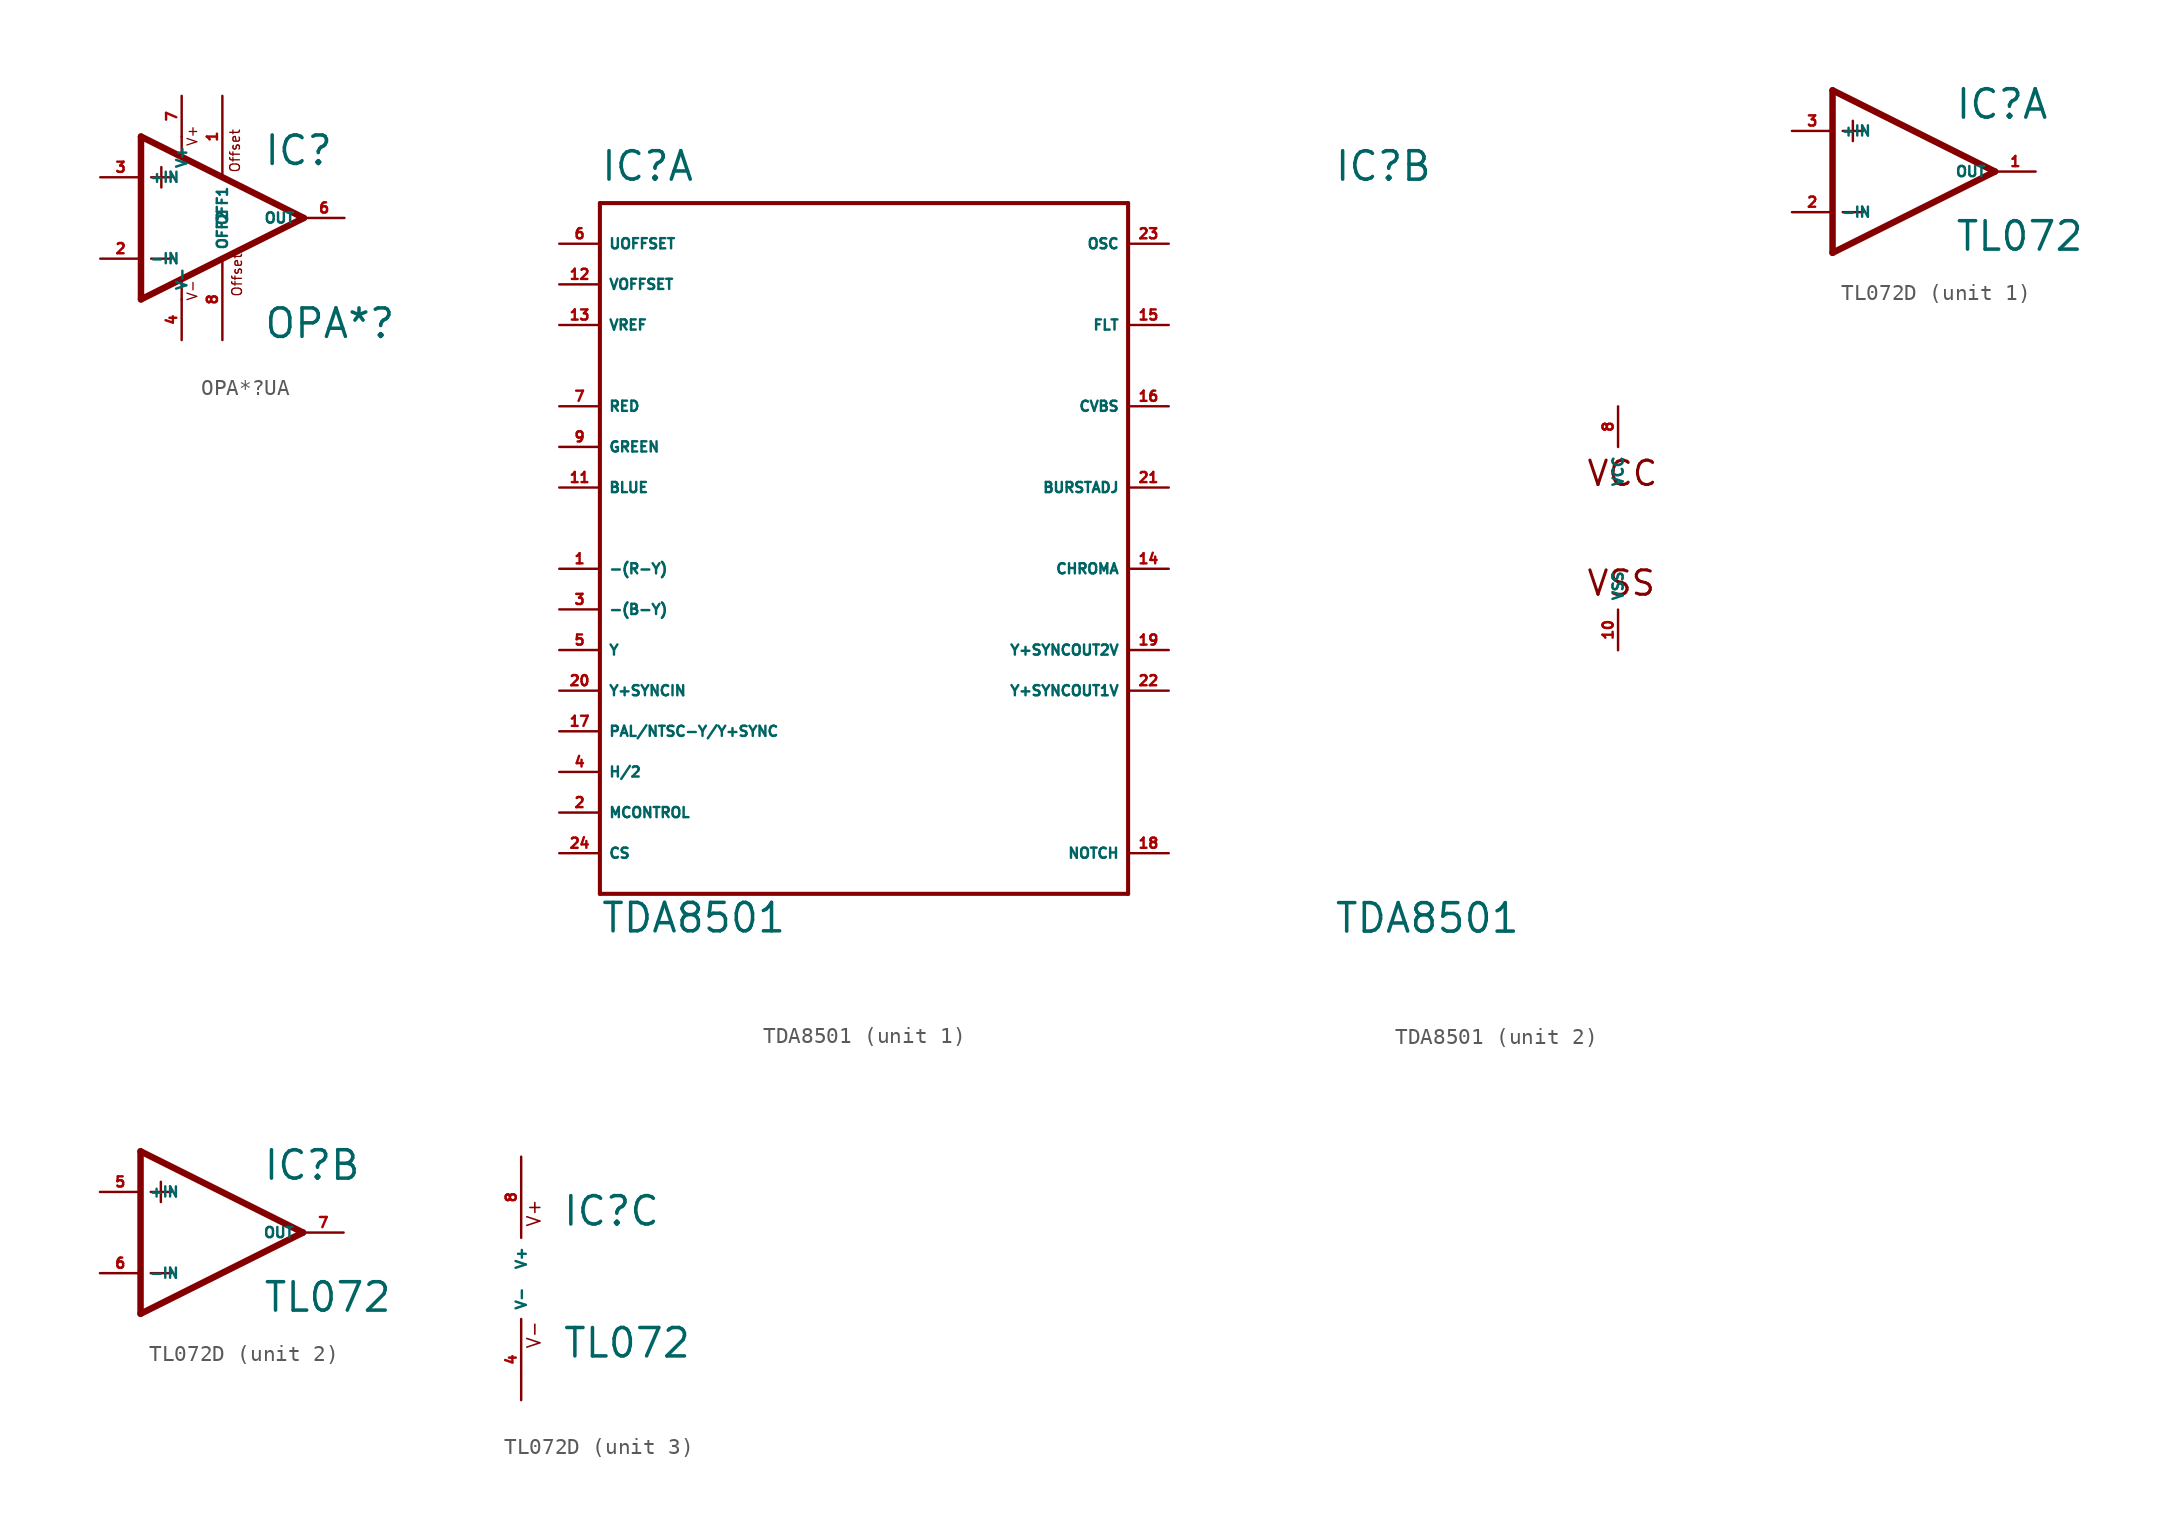
<source format=kicad_sym>
(kicad_symbol_lib
  (version 20220914)
  (generator Eagle2Kicad)
  (symbol "OPA*?UA"
    (property "Reference" "IC"
      (at 2.54 3.175 0)
      (effects (font (size 1.778 1.778) (thickness 0.22)) (justify left bottom)))
    (property "Value" "OPA*?"
      (at 2.54 -7.62 0)
      (effects (font (size 1.778 1.778) (thickness 0.22)) (justify left bottom)))
    (polyline
      (pts (xy -2.54 5.08) (xy -2.54 3.886))
      (stroke (width 0.152) (type default))
      (fill (type none)))
    (polyline
      (pts (xy -5.08 5.08) (xy -5.08 -5.08))
      (stroke (width 0.406) (type default))
      (fill (type none)))
    (polyline
      (pts (xy -5.08 -5.08) (xy 5.08 0))
      (stroke (width 0.406) (type default))
      (fill (type none)))
    (polyline
      (pts (xy 5.08 0) (xy -5.08 5.08))
      (stroke (width 0.406) (type default))
      (fill (type none)))
    (polyline
      (pts (xy -3.81 3.175) (xy -3.81 1.905))
      (stroke (width 0.152) (type default))
      (fill (type none)))
    (polyline
      (pts (xy -4.445 2.54) (xy -3.175 2.54))
      (stroke (width 0.152) (type default))
      (fill (type none)))
    (polyline
      (pts (xy -4.445 -2.54) (xy -3.175 -2.54))
      (stroke (width 0.152) (type default))
      (fill (type none)))
    (polyline
      (pts (xy -2.54 -3.886) (xy -2.54 -5.08))
      (stroke (width 0.152) (type default))
      (fill (type none)))
    (text "Offset"
      (at 1.27 -4.953 900)
      (effects (font (size 0.61 0.61) (thickness 0.08)) (justify left bottom)))
    (text "Offset"
      (at 1.143 2.794 900)
      (effects (font (size 0.61 0.61) (thickness 0.08)) (justify left bottom)))
    (text "V+"
      (at -1.524 4.445 900)
      (effects (font (size 0.61 0.61) (thickness 0.08)) (justify left bottom)))
    (text "V-"
      (at -1.524 -5.207 900)
      (effects (font (size 0.61 0.61) (thickness 0.08)) (justify left bottom)))
    (pin passive line
      (at 0 -7.62 90)
      (length 5.08)
      (name "OFF2" (effects (font (size 0.635 0.635) (thickness 0.08)) (justify left bottom)))
      (number "8" (effects (font (size 0.635 0.635) (thickness 0.08)) (justify left bottom))))
    (pin input line
      (at -7.62 -2.54 0)
      (length 2.54)
      (name "-IN" (effects (font (size 0.635 0.635) (thickness 0.08)) (justify left bottom)))
      (number "2" (effects (font (size 0.635 0.635) (thickness 0.08)) (justify left bottom))))
    (pin input line
      (at -7.62 2.54 0)
      (length 2.54)
      (name "+IN" (effects (font (size 0.635 0.635) (thickness 0.08)) (justify left bottom)))
      (number "3" (effects (font (size 0.635 0.635) (thickness 0.08)) (justify left bottom))))
    (pin passive line
      (at 0 7.62 270)
      (length 5.08)
      (name "OFF1" (effects (font (size 0.635 0.635) (thickness 0.08)) (justify left bottom)))
      (number "1" (effects (font (size 0.635 0.635) (thickness 0.08)) (justify left bottom))))
    (pin output line
      (at 7.62 0 180)
      (length 2.54)
      (name "OUT" (effects (font (size 0.635 0.635) (thickness 0.08)) (justify left bottom)))
      (number "6" (effects (font (size 0.635 0.635) (thickness 0.08)) (justify left bottom))))
    (pin unspecified line
      (at -2.54 7.62 270)
      (length 2.54)
      (name "V+" (effects (font (size 0.635 0.635) (thickness 0.08)) (justify left bottom)))
      (number "7" (effects (font (size 0.635 0.635) (thickness 0.08)) (justify left bottom))))
    (pin unspecified line
      (at -2.54 -7.62 90)
      (length 2.54)
      (name "V-" (effects (font (size 0.635 0.635) (thickness 0.08)) (justify left bottom)))
      (number "4" (effects (font (size 0.635 0.635) (thickness 0.08)) (justify left bottom)))))
  (symbol "TDA8501"
    (property "Reference" "IC"
      (at -17.78 21.59 0)
      (effects (font (size 1.778 1.778) (thickness 0.22)) (justify left bottom)))
    (property "Value" "TDA8501"
      (at -17.78 -25.4 0)
      (effects (font (size 1.778 1.778) (thickness 0.22)) (justify left bottom)))
    (symbol "TDA8501_1_0"
      (polyline (pts (xy -17.78 20.32) (xy 15.24 20.32)) (stroke (width 0.254) (type default)) (fill (type none)))
      (polyline (pts (xy 15.24 20.32) (xy 15.24 -22.86)) (stroke (width 0.254) (type default)) (fill (type none)))
      (polyline (pts (xy 15.24 -22.86) (xy -17.78 -22.86)) (stroke (width 0.254) (type default)) (fill (type none)))
      (polyline (pts (xy -17.78 -22.86) (xy -17.78 20.32)) (stroke (width 0.254) (type default)) (fill (type none)))
      (pin input line (at -20.32 -2.54 0) (length 2.54) (name "-(R-Y)" (effects (font (size 0.635 0.635) (thickness 0.08)) (justify left bottom))) (number "1" (effects (font (size 0.635 0.635) (thickness 0.08)) (justify left bottom))))
      (pin input line (at -20.32 -17.78 0) (length 2.54) (name "MCONTROL" (effects (font (size 0.635 0.635) (thickness 0.08)) (justify left bottom))) (number "2" (effects (font (size 0.635 0.635) (thickness 0.08)) (justify left bottom))))
      (pin input line (at -20.32 -5.08 0) (length 2.54) (name "-(B-Y)" (effects (font (size 0.635 0.635) (thickness 0.08)) (justify left bottom))) (number "3" (effects (font (size 0.635 0.635) (thickness 0.08)) (justify left bottom))))
      (pin input line (at -20.32 -15.24 0) (length 2.54) (name "H/2" (effects (font (size 0.635 0.635) (thickness 0.08)) (justify left bottom))) (number "4" (effects (font (size 0.635 0.635) (thickness 0.08)) (justify left bottom))))
      (pin input line (at -20.32 -7.62 0) (length 2.54) (name "Y" (effects (font (size 0.635 0.635) (thickness 0.08)) (justify left bottom))) (number "5" (effects (font (size 0.635 0.635) (thickness 0.08)) (justify left bottom))))
      (pin passive line (at -20.32 17.78 0) (length 2.54) (name "UOFFSET" (effects (font (size 0.635 0.635) (thickness 0.08)) (justify left bottom))) (number "6" (effects (font (size 0.635 0.635) (thickness 0.08)) (justify left bottom))))
      (pin input line (at -20.32 7.62 0) (length 2.54) (name "RED" (effects (font (size 0.635 0.635) (thickness 0.08)) (justify left bottom))) (number "7" (effects (font (size 0.635 0.635) (thickness 0.08)) (justify left bottom))))
      (pin input line (at -20.32 5.08 0) (length 2.54) (name "GREEN" (effects (font (size 0.635 0.635) (thickness 0.08)) (justify left bottom))) (number "9" (effects (font (size 0.635 0.635) (thickness 0.08)) (justify left bottom))))
      (pin input line (at -20.32 2.54 0) (length 2.54) (name "BLUE" (effects (font (size 0.635 0.635) (thickness 0.08)) (justify left bottom))) (number "11" (effects (font (size 0.635 0.635) (thickness 0.08)) (justify left bottom))))
      (pin passive line (at -20.32 15.24 0) (length 2.54) (name "VOFFSET" (effects (font (size 0.635 0.635) (thickness 0.08)) (justify left bottom))) (number "12" (effects (font (size 0.635 0.635) (thickness 0.08)) (justify left bottom))))
      (pin passive line (at -20.32 12.7 0) (length 2.54) (name "VREF" (effects (font (size 0.635 0.635) (thickness 0.08)) (justify left bottom))) (number "13" (effects (font (size 0.635 0.635) (thickness 0.08)) (justify left bottom))))
      (pin output line (at 17.78 -2.54 180) (length 2.54) (name "CHROMA" (effects (font (size 0.635 0.635) (thickness 0.08)) (justify left bottom))) (number "14" (effects (font (size 0.635 0.635) (thickness 0.08)) (justify left bottom))))
      (pin passive line (at 17.78 12.7 180) (length 2.54) (name "FLT" (effects (font (size 0.635 0.635) (thickness 0.08)) (justify left bottom))) (number "15" (effects (font (size 0.635 0.635) (thickness 0.08)) (justify left bottom))))
      (pin output line (at 17.78 7.62 180) (length 2.54) (name "CVBS" (effects (font (size 0.635 0.635) (thickness 0.08)) (justify left bottom))) (number "16" (effects (font (size 0.635 0.635) (thickness 0.08)) (justify left bottom))))
      (pin passive line (at -20.32 -12.7 0) (length 2.54) (name "PAL/NTSC-Y/Y+SYNC" (effects (font (size 0.635 0.635) (thickness 0.08)) (justify left bottom))) (number "17" (effects (font (size 0.635 0.635) (thickness 0.08)) (justify left bottom))))
      (pin passive line (at 17.78 -20.32 180) (length 2.54) (name "NOTCH" (effects (font (size 0.635 0.635) (thickness 0.08)) (justify left bottom))) (number "18" (effects (font (size 0.635 0.635) (thickness 0.08)) (justify left bottom))))
      (pin output line (at 17.78 -7.62 180) (length 2.54) (name "Y+SYNCOUT2V" (effects (font (size 0.635 0.635) (thickness 0.08)) (justify left bottom))) (number "19" (effects (font (size 0.635 0.635) (thickness 0.08)) (justify left bottom))))
      (pin input line (at -20.32 -10.16 0) (length 2.54) (name "Y+SYNCIN" (effects (font (size 0.635 0.635) (thickness 0.08)) (justify left bottom))) (number "20" (effects (font (size 0.635 0.635) (thickness 0.08)) (justify left bottom))))
      (pin passive line (at 17.78 2.54 180) (length 2.54) (name "BURSTADJ" (effects (font (size 0.635 0.635) (thickness 0.08)) (justify left bottom))) (number "21" (effects (font (size 0.635 0.635) (thickness 0.08)) (justify left bottom))))
      (pin output line (at 17.78 -10.16 180) (length 2.54) (name "Y+SYNCOUT1V" (effects (font (size 0.635 0.635) (thickness 0.08)) (justify left bottom))) (number "22" (effects (font (size 0.635 0.635) (thickness 0.08)) (justify left bottom))))
      (pin passive line (at 17.78 17.78 180) (length 2.54) (name "OSC" (effects (font (size 0.635 0.635) (thickness 0.08)) (justify left bottom))) (number "23" (effects (font (size 0.635 0.635) (thickness 0.08)) (justify left bottom))))
      (pin input line (at -20.32 -20.32 0) (length 2.54) (name "CS" (effects (font (size 0.635 0.635) (thickness 0.08)) (justify left bottom))) (number "24" (effects (font (size 0.635 0.635) (thickness 0.08)) (justify left bottom)))))
    (symbol "TDA8501_2_0"
      (text "VCC" (at -2.032 2.54 0) (effects (font (size 1.524 1.524) (thickness 0.19)) (justify left bottom)))
      (text "VSS" (at -2.032 -4.318 0) (effects (font (size 1.524 1.524) (thickness 0.19)) (justify left bottom)))
      (pin unspecified line (at 0 7.62 270) (length 2.54) (name "VCC" (effects (font (size 0.635 0.635) (thickness 0.08)) (justify left bottom))) (number "8" (effects (font (size 0.635 0.635) (thickness 0.08)) (justify left bottom))))
      (pin unspecified line (at 0 -7.62 90) (length 2.54) (name "VSS" (effects (font (size 0.635 0.635) (thickness 0.08)) (justify left bottom))) (number "10" (effects (font (size 0.635 0.635) (thickness 0.08)) (justify left bottom))))))
  (symbol "TL072D"
    (property "Reference" "IC"
      (at 2.54 3.175 0)
      (effects (font (size 1.778 1.778) (thickness 0.22)) (justify left bottom)))
    (property "Value" "TL072"
      (at 2.54 -5.08 0)
      (effects (font (size 1.778 1.778) (thickness 0.22)) (justify left bottom)))
    (symbol "TL072D_1_0"
      (polyline (pts (xy -5.08 5.08) (xy -5.08 -5.08)) (stroke (width 0.406) (type default)) (fill (type none)))
      (polyline (pts (xy -5.08 -5.08) (xy 5.08 0)) (stroke (width 0.406) (type default)) (fill (type none)))
      (polyline (pts (xy 5.08 0) (xy -5.08 5.08)) (stroke (width 0.406) (type default)) (fill (type none)))
      (polyline (pts (xy -3.81 3.175) (xy -3.81 1.905)) (stroke (width 0.152) (type default)) (fill (type none)))
      (polyline (pts (xy -4.445 2.54) (xy -3.175 2.54)) (stroke (width 0.152) (type default)) (fill (type none)))
      (polyline (pts (xy -4.445 -2.54) (xy -3.175 -2.54)) (stroke (width 0.152) (type default)) (fill (type none)))
      (pin input line (at -7.62 -2.54 0) (length 2.54) (name "-IN" (effects (font (size 0.635 0.635) (thickness 0.08)) (justify left bottom))) (number "2" (effects (font (size 0.635 0.635) (thickness 0.08)) (justify left bottom))))
      (pin input line (at -7.62 2.54 0) (length 2.54) (name "+IN" (effects (font (size 0.635 0.635) (thickness 0.08)) (justify left bottom))) (number "3" (effects (font (size 0.635 0.635) (thickness 0.08)) (justify left bottom))))
      (pin output line (at 7.62 0 180) (length 2.54) (name "OUT" (effects (font (size 0.635 0.635) (thickness 0.08)) (justify left bottom))) (number "1" (effects (font (size 0.635 0.635) (thickness 0.08)) (justify left bottom)))))
    (symbol "TL072D_2_0"
      (polyline (pts (xy -5.08 5.08) (xy -5.08 -5.08)) (stroke (width 0.406) (type default)) (fill (type none)))
      (polyline (pts (xy -5.08 -5.08) (xy 5.08 0)) (stroke (width 0.406) (type default)) (fill (type none)))
      (polyline (pts (xy 5.08 0) (xy -5.08 5.08)) (stroke (width 0.406) (type default)) (fill (type none)))
      (polyline (pts (xy -3.81 3.175) (xy -3.81 1.905)) (stroke (width 0.152) (type default)) (fill (type none)))
      (polyline (pts (xy -4.445 2.54) (xy -3.175 2.54)) (stroke (width 0.152) (type default)) (fill (type none)))
      (polyline (pts (xy -4.445 -2.54) (xy -3.175 -2.54)) (stroke (width 0.152) (type default)) (fill (type none)))
      (pin input line (at -7.62 -2.54 0) (length 2.54) (name "-IN" (effects (font (size 0.635 0.635) (thickness 0.08)) (justify left bottom))) (number "6" (effects (font (size 0.635 0.635) (thickness 0.08)) (justify left bottom))))
      (pin input line (at -7.62 2.54 0) (length 2.54) (name "+IN" (effects (font (size 0.635 0.635) (thickness 0.08)) (justify left bottom))) (number "5" (effects (font (size 0.635 0.635) (thickness 0.08)) (justify left bottom))))
      (pin output line (at 7.62 0 180) (length 2.54) (name "OUT" (effects (font (size 0.635 0.635) (thickness 0.08)) (justify left bottom))) (number "7" (effects (font (size 0.635 0.635) (thickness 0.08)) (justify left bottom)))))
    (symbol "TL072D_3_0"
      (text "V+" (at 1.27 3.175 900) (effects (font (size 0.813 0.813) (thickness 0.10)) (justify left bottom)))
      (text "V-" (at 1.27 -4.445 900) (effects (font (size 0.813 0.813) (thickness 0.10)) (justify left bottom)))
      (pin unspecified line (at 0 7.62 270) (length 5.08) (name "V+" (effects (font (size 0.635 0.635) (thickness 0.08)) (justify left bottom))) (number "8" (effects (font (size 0.635 0.635) (thickness 0.08)) (justify left bottom))))
      (pin unspecified line (at 0 -7.62 90) (length 5.08) (name "V-" (effects (font (size 0.635 0.635) (thickness 0.08)) (justify left bottom))) (number "4" (effects (font (size 0.635 0.635) (thickness 0.08)) (justify left bottom)))))))
</source>
